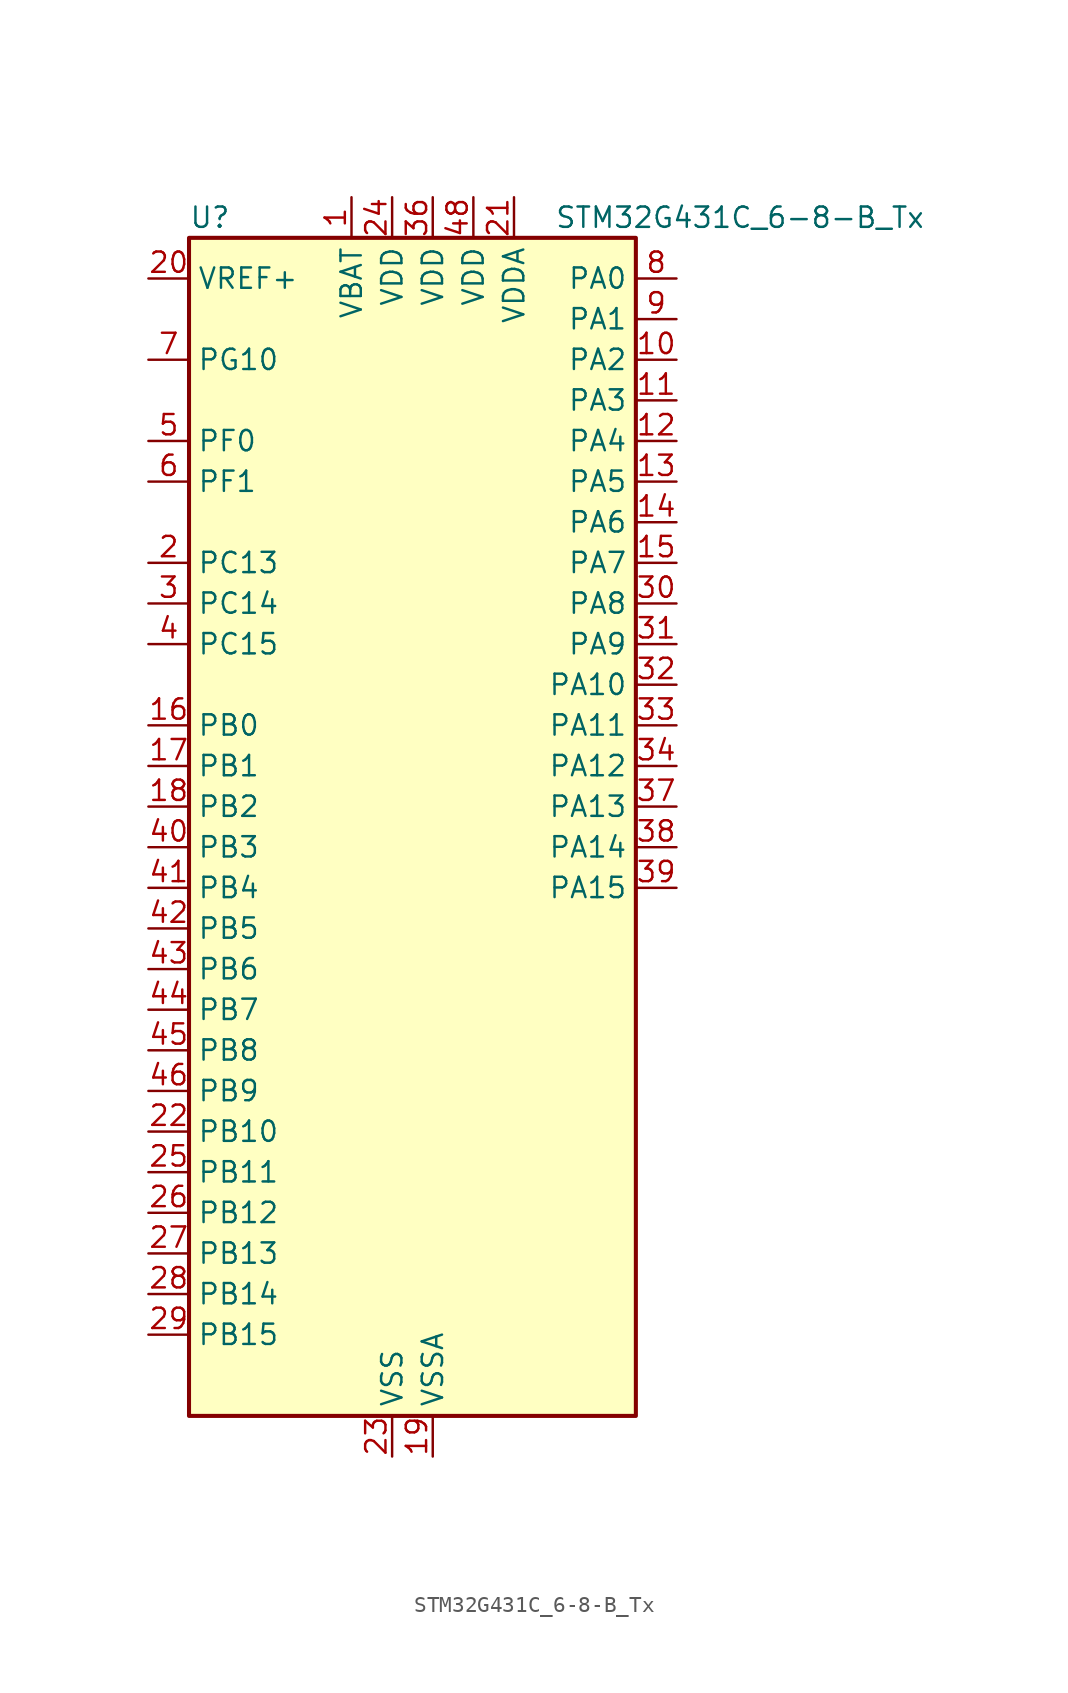
<source format=kicad_sym>
(kicad_symbol_lib
  (version 20220914)
  (generator kicad_symbol_editor)
  (symbol "STM32G431C_6-8-B_Tx"
    (property "Reference" "U"
      (at -12.7 39.37 0)
      (effects (font (size 1.27 1.27)) (justify left)))
    (property "Value" "STM32G431C_6-8-B_Tx"
      (at 10.16 39.37 0)
      (effects (font (size 1.27 1.27)) (justify left)))
    (property "ki_locked" ""
      (at 0 0 0)
      (effects (font (size 1.27 1.27))))
    (symbol "STM32G431C_6-8-B_Tx_0_1"
      (rectangle (start -12.7 -35.56) (end 15.24 38.1) (stroke (width 0.254) (type default)) (fill (type background))))
    (symbol "STM32G431C_6-8-B_Tx_1_1"
      (pin power_in line (at -2.54 40.64 270) (length 2.54) (name "VBAT" (effects (font (size 1.27 1.27)))) (number "1" (effects (font (size 1.27 1.27)))))
      (pin bidirectional line (at 17.78 30.48 180) (length 2.54) (name "PA2" (effects (font (size 1.27 1.27)))) (number "10" (effects (font (size 1.27 1.27)))) (alternate "ADC1_IN3" bidirectional line) (alternate "COMP2_INM" bidirectional line) (alternate "COMP2_OUT" bidirectional line) (alternate "LPUART1_TX" bidirectional line) (alternate "OPAMP1_VOUT" bidirectional line) (alternate "RCC_LSCO" bidirectional line) (alternate "SYS_WKUP4" bidirectional line) (alternate "TIM15_CH1" bidirectional line) (alternate "TIM2_CH3" bidirectional line) (alternate "UCPD1_FRSTX1" bidirectional line) (alternate "UCPD1_FRSTX2" bidirectional line) (alternate "USART2_TX" bidirectional line))
      (pin bidirectional line (at 17.78 27.94 180) (length 2.54) (name "PA3" (effects (font (size 1.27 1.27)))) (number "11" (effects (font (size 1.27 1.27)))) (alternate "ADC1_IN4" bidirectional line) (alternate "COMP2_INP" bidirectional line) (alternate "LPUART1_RX" bidirectional line) (alternate "OPAMP1_VINM" bidirectional line) (alternate "OPAMP1_VINM0" bidirectional line) (alternate "OPAMP1_VINM_SEC" bidirectional line) (alternate "OPAMP1_VINP" bidirectional line) (alternate "OPAMP1_VINP_SEC" bidirectional line) (alternate "SAI1_CK1" bidirectional line) (alternate "SAI1_MCLK_A" bidirectional line) (alternate "TIM15_CH2" bidirectional line) (alternate "TIM2_CH4" bidirectional line) (alternate "USART2_RX" bidirectional line))
      (pin bidirectional line (at 17.78 25.4 180) (length 2.54) (name "PA4" (effects (font (size 1.27 1.27)))) (number "12" (effects (font (size 1.27 1.27)))) (alternate "ADC2_IN17" bidirectional line) (alternate "COMP1_INM" bidirectional line) (alternate "DAC1_OUT1" bidirectional line) (alternate "I2S3_WS" bidirectional line) (alternate "SAI1_FS_B" bidirectional line) (alternate "SPI1_NSS" bidirectional line) (alternate "SPI3_NSS" bidirectional line) (alternate "TIM3_CH2" bidirectional line) (alternate "USART2_CK" bidirectional line))
      (pin bidirectional line (at 17.78 22.86 180) (length 2.54) (name "PA5" (effects (font (size 1.27 1.27)))) (number "13" (effects (font (size 1.27 1.27)))) (alternate "ADC2_IN13" bidirectional line) (alternate "COMP2_INM" bidirectional line) (alternate "DAC1_OUT2" bidirectional line) (alternate "OPAMP2_VINM" bidirectional line) (alternate "OPAMP2_VINM0" bidirectional line) (alternate "OPAMP2_VINM_SEC" bidirectional line) (alternate "SPI1_SCK" bidirectional line) (alternate "TIM2_CH1" bidirectional line) (alternate "TIM2_ETR" bidirectional line) (alternate "UCPD1_FRSTX1" bidirectional line) (alternate "UCPD1_FRSTX2" bidirectional line))
      (pin bidirectional line (at 17.78 20.32 180) (length 2.54) (name "PA6" (effects (font (size 1.27 1.27)))) (number "14" (effects (font (size 1.27 1.27)))) (alternate "ADC2_IN3" bidirectional line) (alternate "COMP1_OUT" bidirectional line) (alternate "LPUART1_CTS" bidirectional line) (alternate "OPAMP2_VOUT" bidirectional line) (alternate "SPI1_MISO" bidirectional line) (alternate "TIM16_CH1" bidirectional line) (alternate "TIM1_BKIN" bidirectional line) (alternate "TIM3_CH1" bidirectional line) (alternate "TIM8_BKIN" bidirectional line))
      (pin bidirectional line (at 17.78 17.78 180) (length 2.54) (name "PA7" (effects (font (size 1.27 1.27)))) (number "15" (effects (font (size 1.27 1.27)))) (alternate "ADC2_IN4" bidirectional line) (alternate "COMP2_INP" bidirectional line) (alternate "COMP2_OUT" bidirectional line) (alternate "OPAMP1_VINP" bidirectional line) (alternate "OPAMP1_VINP_SEC" bidirectional line) (alternate "OPAMP2_VINP" bidirectional line) (alternate "OPAMP2_VINP_SEC" bidirectional line) (alternate "SPI1_MOSI" bidirectional line) (alternate "TIM17_CH1" bidirectional line) (alternate "TIM1_CH1N" bidirectional line) (alternate "TIM3_CH2" bidirectional line) (alternate "TIM8_CH1N" bidirectional line) (alternate "UCPD1_FRSTX1" bidirectional line) (alternate "UCPD1_FRSTX2" bidirectional line))
      (pin bidirectional line (at -15.24 7.62 0) (length 2.54) (name "PB0" (effects (font (size 1.27 1.27)))) (number "16" (effects (font (size 1.27 1.27)))) (alternate "ADC1_IN15" bidirectional line) (alternate "COMP4_INP" bidirectional line) (alternate "OPAMP2_VINP" bidirectional line) (alternate "OPAMP2_VINP_SEC" bidirectional line) (alternate "OPAMP3_VINP" bidirectional line) (alternate "OPAMP3_VINP_SEC" bidirectional line) (alternate "TIM1_CH2N" bidirectional line) (alternate "TIM3_CH3" bidirectional line) (alternate "TIM8_CH2N" bidirectional line) (alternate "UCPD1_FRSTX1" bidirectional line) (alternate "UCPD1_FRSTX2" bidirectional line))
      (pin bidirectional line (at -15.24 5.08 0) (length 2.54) (name "PB1" (effects (font (size 1.27 1.27)))) (number "17" (effects (font (size 1.27 1.27)))) (alternate "ADC1_IN12" bidirectional line) (alternate "COMP1_INP" bidirectional line) (alternate "COMP4_OUT" bidirectional line) (alternate "LPUART1_DE" bidirectional line) (alternate "LPUART1_RTS" bidirectional line) (alternate "OPAMP3_VOUT" bidirectional line) (alternate "TIM1_CH3N" bidirectional line) (alternate "TIM3_CH4" bidirectional line) (alternate "TIM8_CH3N" bidirectional line))
      (pin bidirectional line (at -15.24 2.54 0) (length 2.54) (name "PB2" (effects (font (size 1.27 1.27)))) (number "18" (effects (font (size 1.27 1.27)))) (alternate "ADC2_IN12" bidirectional line) (alternate "COMP4_INM" bidirectional line) (alternate "I2C3_SMBA" bidirectional line) (alternate "LPTIM1_OUT" bidirectional line) (alternate "OPAMP3_VINM" bidirectional line) (alternate "OPAMP3_VINM0" bidirectional line) (alternate "OPAMP3_VINM_SEC" bidirectional line) (alternate "RTC_OUT2" bidirectional line))
      (pin power_in line (at 2.54 -38.1 90) (length 2.54) (name "VSSA" (effects (font (size 1.27 1.27)))) (number "19" (effects (font (size 1.27 1.27)))))
      (pin bidirectional line (at -15.24 17.78 0) (length 2.54) (name "PC13" (effects (font (size 1.27 1.27)))) (number "2" (effects (font (size 1.27 1.27)))) (alternate "RTC_OUT1" bidirectional line) (alternate "RTC_TAMP1" bidirectional line) (alternate "RTC_TS" bidirectional line) (alternate "SYS_WKUP2" bidirectional line) (alternate "TIM1_BKIN" bidirectional line) (alternate "TIM1_CH1N" bidirectional line) (alternate "TIM8_CH4N" bidirectional line))
      (pin input line (at -15.24 35.56 0) (length 2.54) (name "VREF+" (effects (font (size 1.27 1.27)))) (number "20" (effects (font (size 1.27 1.27)))) (alternate "VREFBUF_OUT" bidirectional line))
      (pin power_in line (at 7.62 40.64 270) (length 2.54) (name "VDDA" (effects (font (size 1.27 1.27)))) (number "21" (effects (font (size 1.27 1.27)))))
      (pin bidirectional line (at -15.24 -17.78 0) (length 2.54) (name "PB10" (effects (font (size 1.27 1.27)))) (number "22" (effects (font (size 1.27 1.27)))) (alternate "DAC1_EXTI10" bidirectional line) (alternate "DAC3_EXTI10" bidirectional line) (alternate "LPUART1_RX" bidirectional line) (alternate "OPAMP3_VINM" bidirectional line) (alternate "OPAMP3_VINM1" bidirectional line) (alternate "OPAMP3_VINM_SEC" bidirectional line) (alternate "SAI1_SCK_A" bidirectional line) (alternate "TIM1_BKIN" bidirectional line) (alternate "TIM2_CH3" bidirectional line) (alternate "USART3_TX" bidirectional line))
      (pin power_in line (at 0 -38.1 90) (length 2.54) (name "VSS" (effects (font (size 1.27 1.27)))) (number "23" (effects (font (size 1.27 1.27)))))
      (pin power_in line (at 0 40.64 270) (length 2.54) (name "VDD" (effects (font (size 1.27 1.27)))) (number "24" (effects (font (size 1.27 1.27)))))
      (pin bidirectional line (at -15.24 -20.32 0) (length 2.54) (name "PB11" (effects (font (size 1.27 1.27)))) (number "25" (effects (font (size 1.27 1.27)))) (alternate "ADC1_EXTI11" bidirectional line) (alternate "ADC1_IN14" bidirectional line) (alternate "ADC2_EXTI11" bidirectional line) (alternate "ADC2_IN14" bidirectional line) (alternate "LPUART1_TX" bidirectional line) (alternate "TIM2_CH4" bidirectional line) (alternate "USART3_RX" bidirectional line))
      (pin bidirectional line (at -15.24 -22.86 0) (length 2.54) (name "PB12" (effects (font (size 1.27 1.27)))) (number "26" (effects (font (size 1.27 1.27)))) (alternate "ADC1_IN11" bidirectional line) (alternate "I2C2_SMBA" bidirectional line) (alternate "I2S2_WS" bidirectional line) (alternate "LPUART1_DE" bidirectional line) (alternate "LPUART1_RTS" bidirectional line) (alternate "SPI2_NSS" bidirectional line) (alternate "TIM1_BKIN" bidirectional line) (alternate "USART3_CK" bidirectional line))
      (pin bidirectional line (at -15.24 -25.4 0) (length 2.54) (name "PB13" (effects (font (size 1.27 1.27)))) (number "27" (effects (font (size 1.27 1.27)))) (alternate "I2S2_CK" bidirectional line) (alternate "LPUART1_CTS" bidirectional line) (alternate "OPAMP3_VINP" bidirectional line) (alternate "OPAMP3_VINP_SEC" bidirectional line) (alternate "SPI2_SCK" bidirectional line) (alternate "TIM1_CH1N" bidirectional line) (alternate "USART3_CTS" bidirectional line) (alternate "USART3_NSS" bidirectional line))
      (pin bidirectional line (at -15.24 -27.94 0) (length 2.54) (name "PB14" (effects (font (size 1.27 1.27)))) (number "28" (effects (font (size 1.27 1.27)))) (alternate "ADC1_IN5" bidirectional line) (alternate "COMP4_OUT" bidirectional line) (alternate "OPAMP2_VINP" bidirectional line) (alternate "OPAMP2_VINP_SEC" bidirectional line) (alternate "SPI2_MISO" bidirectional line) (alternate "TIM15_CH1" bidirectional line) (alternate "TIM1_CH2N" bidirectional line) (alternate "USART3_DE" bidirectional line) (alternate "USART3_RTS" bidirectional line))
      (pin bidirectional line (at -15.24 -30.48 0) (length 2.54) (name "PB15" (effects (font (size 1.27 1.27)))) (number "29" (effects (font (size 1.27 1.27)))) (alternate "ADC1_EXTI15" bidirectional line) (alternate "ADC2_EXTI15" bidirectional line) (alternate "ADC2_IN15" bidirectional line) (alternate "COMP3_OUT" bidirectional line) (alternate "I2S2_SD" bidirectional line) (alternate "RTC_REFIN" bidirectional line) (alternate "SPI2_MOSI" bidirectional line) (alternate "TIM15_CH1N" bidirectional line) (alternate "TIM15_CH2" bidirectional line) (alternate "TIM1_CH3N" bidirectional line))
      (pin bidirectional line (at -15.24 15.24 0) (length 2.54) (name "PC14" (effects (font (size 1.27 1.27)))) (number "3" (effects (font (size 1.27 1.27)))) (alternate "RCC_OSC32_IN" bidirectional line))
      (pin bidirectional line (at 17.78 15.24 180) (length 2.54) (name "PA8" (effects (font (size 1.27 1.27)))) (number "30" (effects (font (size 1.27 1.27)))) (alternate "I2C2_SDA" bidirectional line) (alternate "I2C3_SCL" bidirectional line) (alternate "I2S2_MCK" bidirectional line) (alternate "RCC_MCO" bidirectional line) (alternate "SAI1_CK2" bidirectional line) (alternate "SAI1_SCK_A" bidirectional line) (alternate "TIM1_CH1" bidirectional line) (alternate "TIM4_ETR" bidirectional line) (alternate "USART1_CK" bidirectional line))
      (pin bidirectional line (at 17.78 12.7 180) (length 2.54) (name "PA9" (effects (font (size 1.27 1.27)))) (number "31" (effects (font (size 1.27 1.27)))) (alternate "DAC1_EXTI9" bidirectional line) (alternate "DAC3_EXTI9" bidirectional line) (alternate "I2C2_SCL" bidirectional line) (alternate "I2C3_SMBA" bidirectional line) (alternate "I2S3_MCK" bidirectional line) (alternate "SAI1_FS_A" bidirectional line) (alternate "TIM15_BKIN" bidirectional line) (alternate "TIM1_CH2" bidirectional line) (alternate "TIM2_CH3" bidirectional line) (alternate "UCPD1_DBCC1" bidirectional line) (alternate "USART1_TX" bidirectional line))
      (pin bidirectional line (at 17.78 10.16 180) (length 2.54) (name "PA10" (effects (font (size 1.27 1.27)))) (number "32" (effects (font (size 1.27 1.27)))) (alternate "CRS_SYNC" bidirectional line) (alternate "DAC1_EXTI10" bidirectional line) (alternate "DAC3_EXTI10" bidirectional line) (alternate "I2C2_SMBA" bidirectional line) (alternate "SAI1_D1" bidirectional line) (alternate "SAI1_SD_A" bidirectional line) (alternate "SPI2_MISO" bidirectional line) (alternate "TIM17_BKIN" bidirectional line) (alternate "TIM1_CH3" bidirectional line) (alternate "TIM2_CH4" bidirectional line) (alternate "TIM8_BKIN" bidirectional line) (alternate "UCPD1_DBCC2" bidirectional line) (alternate "USART1_RX" bidirectional line))
      (pin bidirectional line (at 17.78 7.62 180) (length 2.54) (name "PA11" (effects (font (size 1.27 1.27)))) (number "33" (effects (font (size 1.27 1.27)))) (alternate "ADC1_EXTI11" bidirectional line) (alternate "ADC2_EXTI11" bidirectional line) (alternate "COMP1_OUT" bidirectional line) (alternate "FDCAN1_RX" bidirectional line) (alternate "I2S2_SD" bidirectional line) (alternate "SPI2_MOSI" bidirectional line) (alternate "TIM1_BKIN2" bidirectional line) (alternate "TIM1_CH1N" bidirectional line) (alternate "TIM1_CH4" bidirectional line) (alternate "TIM4_CH1" bidirectional line) (alternate "USART1_CTS" bidirectional line) (alternate "USART1_NSS" bidirectional line) (alternate "USB_DM" bidirectional line))
      (pin bidirectional line (at 17.78 5.08 180) (length 2.54) (name "PA12" (effects (font (size 1.27 1.27)))) (number "34" (effects (font (size 1.27 1.27)))) (alternate "COMP2_OUT" bidirectional line) (alternate "FDCAN1_TX" bidirectional line) (alternate "I2S_CKIN" bidirectional line) (alternate "TIM16_CH1" bidirectional line) (alternate "TIM1_CH2N" bidirectional line) (alternate "TIM1_ETR" bidirectional line) (alternate "TIM4_CH2" bidirectional line) (alternate "USART1_DE" bidirectional line) (alternate "USART1_RTS" bidirectional line) (alternate "USB_DP" bidirectional line))
      (pin passive line (at 0 -38.1 90) (length 2.54) hide (name "VSS" (effects (font (size 1.27 1.27)))) (number "35" (effects (font (size 1.27 1.27)))))
      (pin power_in line (at 2.54 40.64 270) (length 2.54) (name "VDD" (effects (font (size 1.27 1.27)))) (number "36" (effects (font (size 1.27 1.27)))))
      (pin bidirectional line (at 17.78 2.54 180) (length 2.54) (name "PA13" (effects (font (size 1.27 1.27)))) (number "37" (effects (font (size 1.27 1.27)))) (alternate "I2C1_SCL" bidirectional line) (alternate "IR_OUT" bidirectional line) (alternate "SAI1_SD_B" bidirectional line) (alternate "SYS_JTMS-SWDIO" bidirectional line) (alternate "TIM16_CH1N" bidirectional line) (alternate "TIM4_CH3" bidirectional line) (alternate "USART3_CTS" bidirectional line) (alternate "USART3_NSS" bidirectional line))
      (pin bidirectional line (at 17.78 0 180) (length 2.54) (name "PA14" (effects (font (size 1.27 1.27)))) (number "38" (effects (font (size 1.27 1.27)))) (alternate "I2C1_SDA" bidirectional line) (alternate "LPTIM1_OUT" bidirectional line) (alternate "SAI1_FS_B" bidirectional line) (alternate "SYS_JTCK-SWCLK" bidirectional line) (alternate "TIM1_BKIN" bidirectional line) (alternate "TIM8_CH2" bidirectional line) (alternate "USART2_TX" bidirectional line))
      (pin bidirectional line (at 17.78 -2.54 180) (length 2.54) (name "PA15" (effects (font (size 1.27 1.27)))) (number "39" (effects (font (size 1.27 1.27)))) (alternate "ADC1_EXTI15" bidirectional line) (alternate "ADC2_EXTI15" bidirectional line) (alternate "I2C1_SCL" bidirectional line) (alternate "I2S3_WS" bidirectional line) (alternate "SPI1_NSS" bidirectional line) (alternate "SPI3_NSS" bidirectional line) (alternate "SYS_JTDI" bidirectional line) (alternate "TIM1_BKIN" bidirectional line) (alternate "TIM2_CH1" bidirectional line) (alternate "TIM2_ETR" bidirectional line) (alternate "TIM8_CH1" bidirectional line) (alternate "USART2_RX" bidirectional line))
      (pin bidirectional line (at -15.24 12.7 0) (length 2.54) (name "PC15" (effects (font (size 1.27 1.27)))) (number "4" (effects (font (size 1.27 1.27)))) (alternate "ADC1_EXTI15" bidirectional line) (alternate "ADC2_EXTI15" bidirectional line) (alternate "RCC_OSC32_OUT" bidirectional line))
      (pin bidirectional line (at -15.24 0 0) (length 2.54) (name "PB3" (effects (font (size 1.27 1.27)))) (number "40" (effects (font (size 1.27 1.27)))) (alternate "CRS_SYNC" bidirectional line) (alternate "I2S3_CK" bidirectional line) (alternate "SAI1_SCK_B" bidirectional line) (alternate "SPI1_SCK" bidirectional line) (alternate "SPI3_SCK" bidirectional line) (alternate "SYS_JTDO-SWO" bidirectional line) (alternate "TIM2_CH2" bidirectional line) (alternate "TIM3_ETR" bidirectional line) (alternate "TIM4_ETR" bidirectional line) (alternate "TIM8_CH1N" bidirectional line) (alternate "USART2_TX" bidirectional line))
      (pin bidirectional line (at -15.24 -2.54 0) (length 2.54) (name "PB4" (effects (font (size 1.27 1.27)))) (number "41" (effects (font (size 1.27 1.27)))) (alternate "SAI1_MCLK_B" bidirectional line) (alternate "SPI1_MISO" bidirectional line) (alternate "SPI3_MISO" bidirectional line) (alternate "SYS_JTRST" bidirectional line) (alternate "TIM16_CH1" bidirectional line) (alternate "TIM17_BKIN" bidirectional line) (alternate "TIM3_CH1" bidirectional line) (alternate "TIM8_CH2N" bidirectional line) (alternate "UCPD1_CC2" bidirectional line) (alternate "USART2_RX" bidirectional line))
      (pin bidirectional line (at -15.24 -5.08 0) (length 2.54) (name "PB5" (effects (font (size 1.27 1.27)))) (number "42" (effects (font (size 1.27 1.27)))) (alternate "I2C1_SMBA" bidirectional line) (alternate "I2C3_SDA" bidirectional line) (alternate "I2S3_SD" bidirectional line) (alternate "LPTIM1_IN1" bidirectional line) (alternate "SAI1_SD_B" bidirectional line) (alternate "SPI1_MOSI" bidirectional line) (alternate "SPI3_MOSI" bidirectional line) (alternate "TIM16_BKIN" bidirectional line) (alternate "TIM17_CH1" bidirectional line) (alternate "TIM3_CH2" bidirectional line) (alternate "TIM8_CH3N" bidirectional line) (alternate "USART2_CK" bidirectional line))
      (pin bidirectional line (at -15.24 -7.62 0) (length 2.54) (name "PB6" (effects (font (size 1.27 1.27)))) (number "43" (effects (font (size 1.27 1.27)))) (alternate "COMP4_OUT" bidirectional line) (alternate "LPTIM1_ETR" bidirectional line) (alternate "SAI1_FS_B" bidirectional line) (alternate "TIM16_CH1N" bidirectional line) (alternate "TIM4_CH1" bidirectional line) (alternate "TIM8_BKIN2" bidirectional line) (alternate "TIM8_CH1" bidirectional line) (alternate "TIM8_ETR" bidirectional line) (alternate "UCPD1_CC1" bidirectional line) (alternate "USART1_TX" bidirectional line))
      (pin bidirectional line (at -15.24 -10.16 0) (length 2.54) (name "PB7" (effects (font (size 1.27 1.27)))) (number "44" (effects (font (size 1.27 1.27)))) (alternate "COMP3_OUT" bidirectional line) (alternate "I2C1_SDA" bidirectional line) (alternate "LPTIM1_IN2" bidirectional line) (alternate "SYS_PVD_IN" bidirectional line) (alternate "TIM17_CH1N" bidirectional line) (alternate "TIM3_CH4" bidirectional line) (alternate "TIM4_CH2" bidirectional line) (alternate "TIM8_BKIN" bidirectional line) (alternate "USART1_RX" bidirectional line))
      (pin bidirectional line (at -15.24 -12.7 0) (length 2.54) (name "PB8" (effects (font (size 1.27 1.27)))) (number "45" (effects (font (size 1.27 1.27)))) (alternate "COMP1_OUT" bidirectional line) (alternate "FDCAN1_RX" bidirectional line) (alternate "I2C1_SCL" bidirectional line) (alternate "SAI1_CK1" bidirectional line) (alternate "SAI1_MCLK_A" bidirectional line) (alternate "TIM16_CH1" bidirectional line) (alternate "TIM1_BKIN" bidirectional line) (alternate "TIM4_CH3" bidirectional line) (alternate "TIM8_CH2" bidirectional line) (alternate "USART3_RX" bidirectional line))
      (pin bidirectional line (at -15.24 -15.24 0) (length 2.54) (name "PB9" (effects (font (size 1.27 1.27)))) (number "46" (effects (font (size 1.27 1.27)))) (alternate "COMP2_OUT" bidirectional line) (alternate "DAC1_EXTI9" bidirectional line) (alternate "DAC3_EXTI9" bidirectional line) (alternate "FDCAN1_TX" bidirectional line) (alternate "I2C1_SDA" bidirectional line) (alternate "IR_OUT" bidirectional line) (alternate "SAI1_D2" bidirectional line) (alternate "SAI1_FS_A" bidirectional line) (alternate "TIM17_CH1" bidirectional line) (alternate "TIM1_CH3N" bidirectional line) (alternate "TIM4_CH4" bidirectional line) (alternate "TIM8_CH3" bidirectional line) (alternate "USART3_TX" bidirectional line))
      (pin passive line (at 0 -38.1 90) (length 2.54) hide (name "VSS" (effects (font (size 1.27 1.27)))) (number "47" (effects (font (size 1.27 1.27)))))
      (pin power_in line (at 5.08 40.64 270) (length 2.54) (name "VDD" (effects (font (size 1.27 1.27)))) (number "48" (effects (font (size 1.27 1.27)))))
      (pin bidirectional line (at -15.24 25.4 0) (length 2.54) (name "PF0" (effects (font (size 1.27 1.27)))) (number "5" (effects (font (size 1.27 1.27)))) (alternate "ADC1_IN10" bidirectional line) (alternate "I2C2_SDA" bidirectional line) (alternate "I2S2_WS" bidirectional line) (alternate "RCC_OSC_IN" bidirectional line) (alternate "SPI2_NSS" bidirectional line) (alternate "TIM1_CH3N" bidirectional line))
      (pin bidirectional line (at -15.24 22.86 0) (length 2.54) (name "PF1" (effects (font (size 1.27 1.27)))) (number "6" (effects (font (size 1.27 1.27)))) (alternate "ADC2_IN10" bidirectional line) (alternate "COMP3_INM" bidirectional line) (alternate "I2S2_CK" bidirectional line) (alternate "RCC_OSC_OUT" bidirectional line) (alternate "SPI2_SCK" bidirectional line))
      (pin bidirectional line (at -15.24 30.48 0) (length 2.54) (name "PG10" (effects (font (size 1.27 1.27)))) (number "7" (effects (font (size 1.27 1.27)))) (alternate "DAC1_EXTI10" bidirectional line) (alternate "DAC3_EXTI10" bidirectional line) (alternate "RCC_MCO" bidirectional line))
      (pin bidirectional line (at 17.78 35.56 180) (length 2.54) (name "PA0" (effects (font (size 1.27 1.27)))) (number "8" (effects (font (size 1.27 1.27)))) (alternate "ADC1_IN1" bidirectional line) (alternate "ADC2_IN1" bidirectional line) (alternate "COMP1_INM" bidirectional line) (alternate "COMP1_OUT" bidirectional line) (alternate "COMP3_INP" bidirectional line) (alternate "RTC_TAMP2" bidirectional line) (alternate "SYS_WKUP1" bidirectional line) (alternate "TIM2_CH1" bidirectional line) (alternate "TIM2_ETR" bidirectional line) (alternate "TIM8_BKIN" bidirectional line) (alternate "TIM8_ETR" bidirectional line) (alternate "USART2_CTS" bidirectional line) (alternate "USART2_NSS" bidirectional line))
      (pin bidirectional line (at 17.78 33.02 180) (length 2.54) (name "PA1" (effects (font (size 1.27 1.27)))) (number "9" (effects (font (size 1.27 1.27)))) (alternate "ADC1_IN2" bidirectional line) (alternate "ADC2_IN2" bidirectional line) (alternate "COMP1_INP" bidirectional line) (alternate "OPAMP1_VINP" bidirectional line) (alternate "OPAMP1_VINP_SEC" bidirectional line) (alternate "OPAMP3_VINP" bidirectional line) (alternate "OPAMP3_VINP_SEC" bidirectional line) (alternate "RTC_REFIN" bidirectional line) (alternate "TIM15_CH1N" bidirectional line) (alternate "TIM2_CH2" bidirectional line) (alternate "USART2_DE" bidirectional line) (alternate "USART2_RTS" bidirectional line)))))
</source>
